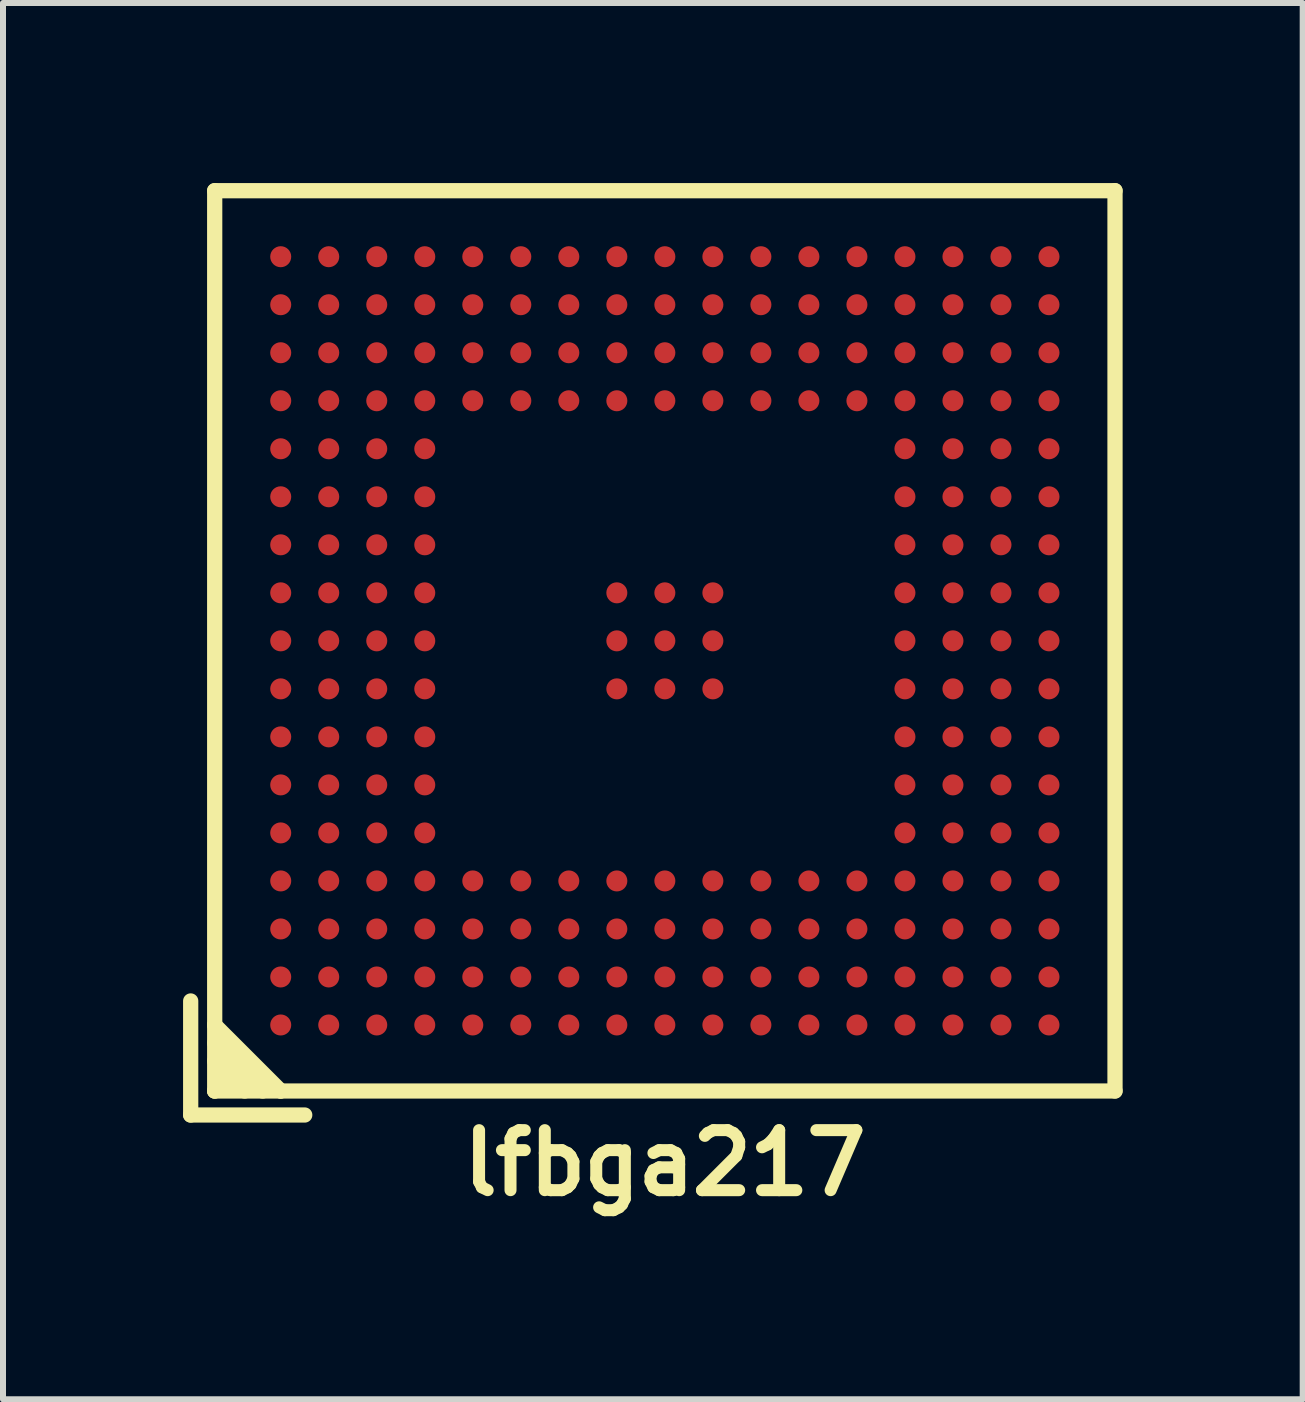
<source format=kicad_pcb>
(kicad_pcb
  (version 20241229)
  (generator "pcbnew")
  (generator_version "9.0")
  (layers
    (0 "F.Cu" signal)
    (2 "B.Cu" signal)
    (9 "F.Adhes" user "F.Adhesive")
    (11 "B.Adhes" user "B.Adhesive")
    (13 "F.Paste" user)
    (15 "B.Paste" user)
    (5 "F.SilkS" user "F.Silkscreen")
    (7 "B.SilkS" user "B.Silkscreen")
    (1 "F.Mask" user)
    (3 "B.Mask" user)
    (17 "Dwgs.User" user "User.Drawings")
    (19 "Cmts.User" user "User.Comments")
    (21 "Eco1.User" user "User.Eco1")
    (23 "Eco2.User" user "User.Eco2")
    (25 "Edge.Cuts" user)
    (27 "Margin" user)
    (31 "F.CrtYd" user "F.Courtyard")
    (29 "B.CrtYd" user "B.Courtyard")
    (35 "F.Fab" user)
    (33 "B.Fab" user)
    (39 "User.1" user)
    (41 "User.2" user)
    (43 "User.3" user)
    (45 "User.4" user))
  (footprint "lfbga217"
    (layer "F.Cu")
    (at 8.027 7.627)
    (property "Reference" "lfbga217" (at 0 8.7 0) (layer "F.SilkS") (effects (font (size 1 1) (thickness 0.2))))
    (attr through_hole)
    (fp_line (start -7.9 6) (end -7.9 7.9) (stroke (width 0.254) (type solid)) (layer "F.SilkS"))
    (fp_line (start -7.9 7.9) (end -6 7.9) (stroke (width 0.254) (type solid)) (layer "F.SilkS"))
    (fp_line (start -7.5 -7.5) (end 7.5 -7.5) (stroke (width 0.254) (type solid)) (layer "F.SilkS"))
    (fp_line (start -7.5 6.4) (end -7.5 -7.5) (stroke (width 0.254) (type solid)) (layer "F.SilkS"))
    (fp_line (start -7.5 6.4) (end -7.5 7.5) (stroke (width 0.254) (type solid)) (layer "F.SilkS"))
    (fp_line (start -7.5 6.7) (end -6.7 7.5) (stroke (width 0.254) (type solid)) (layer "F.SilkS"))
    (fp_line (start -7.5 7) (end -7 7.5) (stroke (width 0.254) (type solid)) (layer "F.SilkS"))
    (fp_line (start -7.5 7.5) (end -7 7) (stroke (width 0.254) (type solid)) (layer "F.SilkS"))
    (fp_line (start -7.5 7.5) (end -6.4 7.5) (stroke (width 0.254) (type solid)) (layer "F.SilkS"))
    (fp_line (start -6.4 7.5) (end -7.5 6.4) (stroke (width 0.254) (type solid)) (layer "F.SilkS"))
    (fp_line (start 7.5 -7.5) (end 7.5 7.5) (stroke (width 0.254) (type solid)) (layer "F.SilkS"))
    (fp_line (start 7.5 7.5) (end -6.4 7.5) (stroke (width 0.254) (type solid)) (layer "F.SilkS"))
    (pad "A1" smd circle (at -6.4 6.4) (size 0.35 0.35) (layers "F.Cu" "F.Mask" "F.Paste"))
    (pad "A2" smd circle (at -5.6 6.4) (size 0.35 0.35) (layers "F.Cu" "F.Mask" "F.Paste"))
    (pad "A3" smd circle (at -4.8 6.4) (size 0.35 0.35) (layers "F.Cu" "F.Mask" "F.Paste"))
    (pad "A4" smd circle (at -4 6.4) (size 0.35 0.35) (layers "F.Cu" "F.Mask" "F.Paste"))
    (pad "A5" smd circle (at -3.2 6.4) (size 0.35 0.35) (layers "F.Cu" "F.Mask" "F.Paste"))
    (pad "A6" smd circle (at -2.4 6.4) (size 0.35 0.35) (layers "F.Cu" "F.Mask" "F.Paste"))
    (pad "A7" smd circle (at -1.6 6.4) (size 0.35 0.35) (layers "F.Cu" "F.Mask" "F.Paste"))
    (pad "A8" smd circle (at -0.8 6.4) (size 0.35 0.35) (layers "F.Cu" "F.Mask" "F.Paste"))
    (pad "A9" smd circle (at 0 6.4) (size 0.35 0.35) (layers "F.Cu" "F.Mask" "F.Paste"))
    (pad "A10" smd circle (at 0.8 6.4) (size 0.35 0.35) (layers "F.Cu" "F.Mask" "F.Paste"))
    (pad "A11" smd circle (at 1.6 6.4) (size 0.35 0.35) (layers "F.Cu" "F.Mask" "F.Paste"))
    (pad "A12" smd circle (at 2.4 6.4) (size 0.35 0.35) (layers "F.Cu" "F.Mask" "F.Paste"))
    (pad "A13" smd circle (at 3.2 6.4) (size 0.35 0.35) (layers "F.Cu" "F.Mask" "F.Paste"))
    (pad "A14" smd circle (at 4 6.4) (size 0.35 0.35) (layers "F.Cu" "F.Mask" "F.Paste"))
    (pad "A15" smd circle (at 4.8 6.4) (size 0.35 0.35) (layers "F.Cu" "F.Mask" "F.Paste"))
    (pad "A16" smd circle (at 5.6 6.4) (size 0.35 0.35) (layers "F.Cu" "F.Mask" "F.Paste"))
    (pad "A17" smd circle (at 6.4 6.4) (size 0.35 0.35) (layers "F.Cu" "F.Mask" "F.Paste"))
    (pad "B1" smd circle (at -6.4 5.6) (size 0.35 0.35) (layers "F.Cu" "F.Mask" "F.Paste"))
    (pad "B2" smd circle (at -5.6 5.6) (size 0.35 0.35) (layers "F.Cu" "F.Mask" "F.Paste"))
    (pad "B3" smd circle (at -4.8 5.6) (size 0.35 0.35) (layers "F.Cu" "F.Mask" "F.Paste"))
    (pad "B4" smd circle (at -4 5.6) (size 0.35 0.35) (layers "F.Cu" "F.Mask" "F.Paste"))
    (pad "B5" smd circle (at -3.2 5.6) (size 0.35 0.35) (layers "F.Cu" "F.Mask" "F.Paste"))
    (pad "B6" smd circle (at -2.4 5.6) (size 0.35 0.35) (layers "F.Cu" "F.Mask" "F.Paste"))
    (pad "B7" smd circle (at -1.6 5.6) (size 0.35 0.35) (layers "F.Cu" "F.Mask" "F.Paste"))
    (pad "B8" smd circle (at -0.8 5.6) (size 0.35 0.35) (layers "F.Cu" "F.Mask" "F.Paste"))
    (pad "B9" smd circle (at 0 5.6) (size 0.35 0.35) (layers "F.Cu" "F.Mask" "F.Paste"))
    (pad "B10" smd circle (at 0.8 5.6) (size 0.35 0.35) (layers "F.Cu" "F.Mask" "F.Paste"))
    (pad "B11" smd circle (at 1.6 5.6) (size 0.35 0.35) (layers "F.Cu" "F.Mask" "F.Paste"))
    (pad "B12" smd circle (at 2.4 5.6) (size 0.35 0.35) (layers "F.Cu" "F.Mask" "F.Paste"))
    (pad "B13" smd circle (at 3.2 5.6) (size 0.35 0.35) (layers "F.Cu" "F.Mask" "F.Paste"))
    (pad "B14" smd circle (at 4 5.6) (size 0.35 0.35) (layers "F.Cu" "F.Mask" "F.Paste"))
    (pad "B15" smd circle (at 4.8 5.6) (size 0.35 0.35) (layers "F.Cu" "F.Mask" "F.Paste"))
    (pad "B16" smd circle (at 5.6 5.6) (size 0.35 0.35) (layers "F.Cu" "F.Mask" "F.Paste"))
    (pad "B17" smd circle (at 6.4 5.6) (size 0.35 0.35) (layers "F.Cu" "F.Mask" "F.Paste"))
    (pad "C1" smd circle (at -6.4 4.8) (size 0.35 0.35) (layers "F.Cu" "F.Mask" "F.Paste"))
    (pad "C2" smd circle (at -5.6 4.8) (size 0.35 0.35) (layers "F.Cu" "F.Mask" "F.Paste"))
    (pad "C3" smd circle (at -4.8 4.8) (size 0.35 0.35) (layers "F.Cu" "F.Mask" "F.Paste"))
    (pad "C4" smd circle (at -4 4.8) (size 0.35 0.35) (layers "F.Cu" "F.Mask" "F.Paste"))
    (pad "C5" smd circle (at -3.2 4.8) (size 0.35 0.35) (layers "F.Cu" "F.Mask" "F.Paste"))
    (pad "C6" smd circle (at -2.4 4.8) (size 0.35 0.35) (layers "F.Cu" "F.Mask" "F.Paste"))
    (pad "C7" smd circle (at -1.6 4.8) (size 0.35 0.35) (layers "F.Cu" "F.Mask" "F.Paste"))
    (pad "C8" smd circle (at -0.8 4.8) (size 0.35 0.35) (layers "F.Cu" "F.Mask" "F.Paste"))
    (pad "C9" smd circle (at 0 4.8) (size 0.35 0.35) (layers "F.Cu" "F.Mask" "F.Paste"))
    (pad "C10" smd circle (at 0.8 4.8) (size 0.35 0.35) (layers "F.Cu" "F.Mask" "F.Paste"))
    (pad "C11" smd circle (at 1.6 4.8) (size 0.35 0.35) (layers "F.Cu" "F.Mask" "F.Paste"))
    (pad "C12" smd circle (at 2.4 4.8) (size 0.35 0.35) (layers "F.Cu" "F.Mask" "F.Paste"))
    (pad "C13" smd circle (at 3.2 4.8) (size 0.35 0.35) (layers "F.Cu" "F.Mask" "F.Paste"))
    (pad "C14" smd circle (at 4 4.8) (size 0.35 0.35) (layers "F.Cu" "F.Mask" "F.Paste"))
    (pad "C15" smd circle (at 4.8 4.8) (size 0.35 0.35) (layers "F.Cu" "F.Mask" "F.Paste"))
    (pad "C16" smd circle (at 5.6 4.8) (size 0.35 0.35) (layers "F.Cu" "F.Mask" "F.Paste"))
    (pad "C17" smd circle (at 6.4 4.8) (size 0.35 0.35) (layers "F.Cu" "F.Mask" "F.Paste"))
    (pad "D1" smd circle (at -6.4 4) (size 0.35 0.35) (layers "F.Cu" "F.Mask" "F.Paste"))
    (pad "D2" smd circle (at -5.6 4) (size 0.35 0.35) (layers "F.Cu" "F.Mask" "F.Paste"))
    (pad "D3" smd circle (at -4.8 4) (size 0.35 0.35) (layers "F.Cu" "F.Mask" "F.Paste"))
    (pad "D4" smd circle (at -4 4) (size 0.35 0.35) (layers "F.Cu" "F.Mask" "F.Paste"))
    (pad "D5" smd circle (at -3.2 4) (size 0.35 0.35) (layers "F.Cu" "F.Mask" "F.Paste"))
    (pad "D6" smd circle (at -2.4 4) (size 0.35 0.35) (layers "F.Cu" "F.Mask" "F.Paste"))
    (pad "D7" smd circle (at -1.6 4) (size 0.35 0.35) (layers "F.Cu" "F.Mask" "F.Paste"))
    (pad "D8" smd circle (at -0.8 4) (size 0.35 0.35) (layers "F.Cu" "F.Mask" "F.Paste"))
    (pad "D9" smd circle (at 0 4) (size 0.35 0.35) (layers "F.Cu" "F.Mask" "F.Paste"))
    (pad "D10" smd circle (at 0.8 4) (size 0.35 0.35) (layers "F.Cu" "F.Mask" "F.Paste"))
    (pad "D11" smd circle (at 1.6 4) (size 0.35 0.35) (layers "F.Cu" "F.Mask" "F.Paste"))
    (pad "D12" smd circle (at 2.4 4) (size 0.35 0.35) (layers "F.Cu" "F.Mask" "F.Paste"))
    (pad "D13" smd circle (at 3.2 4) (size 0.35 0.35) (layers "F.Cu" "F.Mask" "F.Paste"))
    (pad "D14" smd circle (at 4 4) (size 0.35 0.35) (layers "F.Cu" "F.Mask" "F.Paste"))
    (pad "D15" smd circle (at 4.8 4) (size 0.35 0.35) (layers "F.Cu" "F.Mask" "F.Paste"))
    (pad "D16" smd circle (at 5.6 4) (size 0.35 0.35) (layers "F.Cu" "F.Mask" "F.Paste"))
    (pad "D17" smd circle (at 6.4 4) (size 0.35 0.35) (layers "F.Cu" "F.Mask" "F.Paste"))
    (pad "E1" smd circle (at -6.4 3.2) (size 0.35 0.35) (layers "F.Cu" "F.Mask" "F.Paste"))
    (pad "E2" smd circle (at -5.6 3.2) (size 0.35 0.35) (layers "F.Cu" "F.Mask" "F.Paste"))
    (pad "E3" smd circle (at -4.8 3.2) (size 0.35 0.35) (layers "F.Cu" "F.Mask" "F.Paste"))
    (pad "E4" smd circle (at -4 3.2) (size 0.35 0.35) (layers "F.Cu" "F.Mask" "F.Paste"))
    (pad "E14" smd circle (at 4 3.2) (size 0.35 0.35) (layers "F.Cu" "F.Mask" "F.Paste"))
    (pad "E15" smd circle (at 4.8 3.2) (size 0.35 0.35) (layers "F.Cu" "F.Mask" "F.Paste"))
    (pad "E16" smd circle (at 5.6 3.2) (size 0.35 0.35) (layers "F.Cu" "F.Mask" "F.Paste"))
    (pad "E17" smd circle (at 6.4 3.2) (size 0.35 0.35) (layers "F.Cu" "F.Mask" "F.Paste"))
    (pad "F1" smd circle (at -6.4 2.4) (size 0.35 0.35) (layers "F.Cu" "F.Mask" "F.Paste"))
    (pad "F2" smd circle (at -5.6 2.4) (size 0.35 0.35) (layers "F.Cu" "F.Mask" "F.Paste"))
    (pad "F3" smd circle (at -4.8 2.4) (size 0.35 0.35) (layers "F.Cu" "F.Mask" "F.Paste"))
    (pad "F4" smd circle (at -4 2.4) (size 0.35 0.35) (layers "F.Cu" "F.Mask" "F.Paste"))
    (pad "F14" smd circle (at 4 2.4) (size 0.35 0.35) (layers "F.Cu" "F.Mask" "F.Paste"))
    (pad "F15" smd circle (at 4.8 2.4) (size 0.35 0.35) (layers "F.Cu" "F.Mask" "F.Paste"))
    (pad "F16" smd circle (at 5.6 2.4) (size 0.35 0.35) (layers "F.Cu" "F.Mask" "F.Paste"))
    (pad "F17" smd circle (at 6.4 2.4) (size 0.35 0.35) (layers "F.Cu" "F.Mask" "F.Paste"))
    (pad "G1" smd circle (at -6.4 1.6) (size 0.35 0.35) (layers "F.Cu" "F.Mask" "F.Paste"))
    (pad "G2" smd circle (at -5.6 1.6) (size 0.35 0.35) (layers "F.Cu" "F.Mask" "F.Paste"))
    (pad "G3" smd circle (at -4.8 1.6) (size 0.35 0.35) (layers "F.Cu" "F.Mask" "F.Paste"))
    (pad "G4" smd circle (at -4 1.6) (size 0.35 0.35) (layers "F.Cu" "F.Mask" "F.Paste"))
    (pad "G14" smd circle (at 4 1.6) (size 0.35 0.35) (layers "F.Cu" "F.Mask" "F.Paste"))
    (pad "G15" smd circle (at 4.8 1.6) (size 0.35 0.35) (layers "F.Cu" "F.Mask" "F.Paste"))
    (pad "G16" smd circle (at 5.6 1.6) (size 0.35 0.35) (layers "F.Cu" "F.Mask" "F.Paste"))
    (pad "G17" smd circle (at 6.4 1.6) (size 0.35 0.35) (layers "F.Cu" "F.Mask" "F.Paste"))
    (pad "H1" smd circle (at -6.4 0.8) (size 0.35 0.35) (layers "F.Cu" "F.Mask" "F.Paste"))
    (pad "H2" smd circle (at -5.6 0.8) (size 0.35 0.35) (layers "F.Cu" "F.Mask" "F.Paste"))
    (pad "H3" smd circle (at -4.8 0.8) (size 0.35 0.35) (layers "F.Cu" "F.Mask" "F.Paste"))
    (pad "H4" smd circle (at -4 0.8) (size 0.35 0.35) (layers "F.Cu" "F.Mask" "F.Paste"))
    (pad "H8" smd circle (at -0.8 0.8) (size 0.35 0.35) (layers "F.Cu" "F.Mask" "F.Paste"))
    (pad "H9" smd circle (at 0 0.8) (size 0.35 0.35) (layers "F.Cu" "F.Mask" "F.Paste"))
    (pad "H10" smd circle (at 0.8 0.8) (size 0.35 0.35) (layers "F.Cu" "F.Mask" "F.Paste"))
    (pad "H14" smd circle (at 4 0.8) (size 0.35 0.35) (layers "F.Cu" "F.Mask" "F.Paste"))
    (pad "H15" smd circle (at 4.8 0.8) (size 0.35 0.35) (layers "F.Cu" "F.Mask" "F.Paste"))
    (pad "H16" smd circle (at 5.6 0.8) (size 0.35 0.35) (layers "F.Cu" "F.Mask" "F.Paste"))
    (pad "H17" smd circle (at 6.4 0.8) (size 0.35 0.35) (layers "F.Cu" "F.Mask" "F.Paste"))
    (pad "J1" smd circle (at -6.4 0) (size 0.35 0.35) (layers "F.Cu" "F.Mask" "F.Paste"))
    (pad "J2" smd circle (at -5.6 0) (size 0.35 0.35) (layers "F.Cu" "F.Mask" "F.Paste"))
    (pad "J3" smd circle (at -4.8 0) (size 0.35 0.35) (layers "F.Cu" "F.Mask" "F.Paste"))
    (pad "J4" smd circle (at -4 0) (size 0.35 0.35) (layers "F.Cu" "F.Mask" "F.Paste"))
    (pad "J8" smd circle (at -0.8 0) (size 0.35 0.35) (layers "F.Cu" "F.Mask" "F.Paste"))
    (pad "J9" smd circle (at 0 0) (size 0.35 0.35) (layers "F.Cu" "F.Mask" "F.Paste"))
    (pad "J10" smd circle (at 0.8 0) (size 0.35 0.35) (layers "F.Cu" "F.Mask" "F.Paste"))
    (pad "J14" smd circle (at 4 0) (size 0.35 0.35) (layers "F.Cu" "F.Mask" "F.Paste"))
    (pad "J15" smd circle (at 4.8 0) (size 0.35 0.35) (layers "F.Cu" "F.Mask" "F.Paste"))
    (pad "J16" smd circle (at 5.6 0) (size 0.35 0.35) (layers "F.Cu" "F.Mask" "F.Paste"))
    (pad "J17" smd circle (at 6.4 0) (size 0.35 0.35) (layers "F.Cu" "F.Mask" "F.Paste"))
    (pad "K1" smd circle (at -6.4 -0.8) (size 0.35 0.35) (layers "F.Cu" "F.Mask" "F.Paste"))
    (pad "K2" smd circle (at -5.6 -0.8) (size 0.35 0.35) (layers "F.Cu" "F.Mask" "F.Paste"))
    (pad "K3" smd circle (at -4.8 -0.8) (size 0.35 0.35) (layers "F.Cu" "F.Mask" "F.Paste"))
    (pad "K4" smd circle (at -4 -0.8) (size 0.35 0.35) (layers "F.Cu" "F.Mask" "F.Paste"))
    (pad "K8" smd circle (at -0.8 -0.8) (size 0.35 0.35) (layers "F.Cu" "F.Mask" "F.Paste"))
    (pad "K9" smd circle (at 0 -0.8) (size 0.35 0.35) (layers "F.Cu" "F.Mask" "F.Paste"))
    (pad "K10" smd circle (at 0.8 -0.8) (size 0.35 0.35) (layers "F.Cu" "F.Mask" "F.Paste"))
    (pad "K14" smd circle (at 4 -0.8) (size 0.35 0.35) (layers "F.Cu" "F.Mask" "F.Paste"))
    (pad "K15" smd circle (at 4.8 -0.8) (size 0.35 0.35) (layers "F.Cu" "F.Mask" "F.Paste"))
    (pad "K16" smd circle (at 5.6 -0.8) (size 0.35 0.35) (layers "F.Cu" "F.Mask" "F.Paste"))
    (pad "K17" smd circle (at 6.4 -0.8) (size 0.35 0.35) (layers "F.Cu" "F.Mask" "F.Paste"))
    (pad "L1" smd circle (at -6.4 -1.6) (size 0.35 0.35) (layers "F.Cu" "F.Mask" "F.Paste"))
    (pad "L2" smd circle (at -5.6 -1.6) (size 0.35 0.35) (layers "F.Cu" "F.Mask" "F.Paste"))
    (pad "L3" smd circle (at -4.8 -1.6) (size 0.35 0.35) (layers "F.Cu" "F.Mask" "F.Paste"))
    (pad "L4" smd circle (at -4 -1.6) (size 0.35 0.35) (layers "F.Cu" "F.Mask" "F.Paste"))
    (pad "L14" smd circle (at 4 -1.6) (size 0.35 0.35) (layers "F.Cu" "F.Mask" "F.Paste"))
    (pad "L15" smd circle (at 4.8 -1.6) (size 0.35 0.35) (layers "F.Cu" "F.Mask" "F.Paste"))
    (pad "L16" smd circle (at 5.6 -1.6) (size 0.35 0.35) (layers "F.Cu" "F.Mask" "F.Paste"))
    (pad "L17" smd circle (at 6.4 -1.6) (size 0.35 0.35) (layers "F.Cu" "F.Mask" "F.Paste"))
    (pad "M1" smd circle (at -6.4 -2.4) (size 0.35 0.35) (layers "F.Cu" "F.Mask" "F.Paste"))
    (pad "M2" smd circle (at -5.6 -2.4) (size 0.35 0.35) (layers "F.Cu" "F.Mask" "F.Paste"))
    (pad "M3" smd circle (at -4.8 -2.4) (size 0.35 0.35) (layers "F.Cu" "F.Mask" "F.Paste"))
    (pad "M4" smd circle (at -4 -2.4) (size 0.35 0.35) (layers "F.Cu" "F.Mask" "F.Paste"))
    (pad "M14" smd circle (at 4 -2.4) (size 0.35 0.35) (layers "F.Cu" "F.Mask" "F.Paste"))
    (pad "M15" smd circle (at 4.8 -2.4) (size 0.35 0.35) (layers "F.Cu" "F.Mask" "F.Paste"))
    (pad "M16" smd circle (at 5.6 -2.4) (size 0.35 0.35) (layers "F.Cu" "F.Mask" "F.Paste"))
    (pad "M17" smd circle (at 6.4 -2.4) (size 0.35 0.35) (layers "F.Cu" "F.Mask" "F.Paste"))
    (pad "N1" smd circle (at -6.4 -3.2) (size 0.35 0.35) (layers "F.Cu" "F.Mask" "F.Paste"))
    (pad "N2" smd circle (at -5.6 -3.2) (size 0.35 0.35) (layers "F.Cu" "F.Mask" "F.Paste"))
    (pad "N3" smd circle (at -4.8 -3.2) (size 0.35 0.35) (layers "F.Cu" "F.Mask" "F.Paste"))
    (pad "N4" smd circle (at -4 -3.2) (size 0.35 0.35) (layers "F.Cu" "F.Mask" "F.Paste"))
    (pad "N14" smd circle (at 4 -3.2) (size 0.35 0.35) (layers "F.Cu" "F.Mask" "F.Paste"))
    (pad "N15" smd circle (at 4.8 -3.2) (size 0.35 0.35) (layers "F.Cu" "F.Mask" "F.Paste"))
    (pad "N16" smd circle (at 5.6 -3.2) (size 0.35 0.35) (layers "F.Cu" "F.Mask" "F.Paste"))
    (pad "N17" smd circle (at 6.4 -3.2) (size 0.35 0.35) (layers "F.Cu" "F.Mask" "F.Paste"))
    (pad "P1" smd circle (at -6.4 -4) (size 0.35 0.35) (layers "F.Cu" "F.Mask" "F.Paste"))
    (pad "P2" smd circle (at -5.6 -4) (size 0.35 0.35) (layers "F.Cu" "F.Mask" "F.Paste"))
    (pad "P3" smd circle (at -4.8 -4) (size 0.35 0.35) (layers "F.Cu" "F.Mask" "F.Paste"))
    (pad "P4" smd circle (at -4 -4) (size 0.35 0.35) (layers "F.Cu" "F.Mask" "F.Paste"))
    (pad "P5" smd circle (at -3.2 -4) (size 0.35 0.35) (layers "F.Cu" "F.Mask" "F.Paste"))
    (pad "P6" smd circle (at -2.4 -4) (size 0.35 0.35) (layers "F.Cu" "F.Mask" "F.Paste"))
    (pad "P7" smd circle (at -1.6 -4) (size 0.35 0.35) (layers "F.Cu" "F.Mask" "F.Paste"))
    (pad "P8" smd circle (at -0.8 -4) (size 0.35 0.35) (layers "F.Cu" "F.Mask" "F.Paste"))
    (pad "P9" smd circle (at 0 -4) (size 0.35 0.35) (layers "F.Cu" "F.Mask" "F.Paste"))
    (pad "P10" smd circle (at 0.8 -4) (size 0.35 0.35) (layers "F.Cu" "F.Mask" "F.Paste"))
    (pad "P11" smd circle (at 1.6 -4) (size 0.35 0.35) (layers "F.Cu" "F.Mask" "F.Paste"))
    (pad "P12" smd circle (at 2.4 -4) (size 0.35 0.35) (layers "F.Cu" "F.Mask" "F.Paste"))
    (pad "P13" smd circle (at 3.2 -4) (size 0.35 0.35) (layers "F.Cu" "F.Mask" "F.Paste"))
    (pad "P14" smd circle (at 4 -4) (size 0.35 0.35) (layers "F.Cu" "F.Mask" "F.Paste"))
    (pad "P15" smd circle (at 4.8 -4) (size 0.35 0.35) (layers "F.Cu" "F.Mask" "F.Paste"))
    (pad "P16" smd circle (at 5.6 -4) (size 0.35 0.35) (layers "F.Cu" "F.Mask" "F.Paste"))
    (pad "P17" smd circle (at 6.4 -4) (size 0.35 0.35) (layers "F.Cu" "F.Mask" "F.Paste"))
    (pad "R1" smd circle (at -6.4 -4.8) (size 0.35 0.35) (layers "F.Cu" "F.Mask" "F.Paste"))
    (pad "R2" smd circle (at -5.6 -4.8) (size 0.35 0.35) (layers "F.Cu" "F.Mask" "F.Paste"))
    (pad "R3" smd circle (at -4.8 -4.8) (size 0.35 0.35) (layers "F.Cu" "F.Mask" "F.Paste"))
    (pad "R4" smd circle (at -4 -4.8) (size 0.35 0.35) (layers "F.Cu" "F.Mask" "F.Paste"))
    (pad "R5" smd circle (at -3.2 -4.8) (size 0.35 0.35) (layers "F.Cu" "F.Mask" "F.Paste"))
    (pad "R6" smd circle (at -2.4 -4.8) (size 0.35 0.35) (layers "F.Cu" "F.Mask" "F.Paste"))
    (pad "R7" smd circle (at -1.6 -4.8) (size 0.35 0.35) (layers "F.Cu" "F.Mask" "F.Paste"))
    (pad "R8" smd circle (at -0.8 -4.8) (size 0.35 0.35) (layers "F.Cu" "F.Mask" "F.Paste"))
    (pad "R9" smd circle (at 0 -4.8) (size 0.35 0.35) (layers "F.Cu" "F.Mask" "F.Paste"))
    (pad "R10" smd circle (at 0.8 -4.8) (size 0.35 0.35) (layers "F.Cu" "F.Mask" "F.Paste"))
    (pad "R11" smd circle (at 1.6 -4.8) (size 0.35 0.35) (layers "F.Cu" "F.Mask" "F.Paste"))
    (pad "R12" smd circle (at 2.4 -4.8) (size 0.35 0.35) (layers "F.Cu" "F.Mask" "F.Paste"))
    (pad "R13" smd circle (at 3.2 -4.8) (size 0.35 0.35) (layers "F.Cu" "F.Mask" "F.Paste"))
    (pad "R14" smd circle (at 4 -4.8) (size 0.35 0.35) (layers "F.Cu" "F.Mask" "F.Paste"))
    (pad "R15" smd circle (at 4.8 -4.8) (size 0.35 0.35) (layers "F.Cu" "F.Mask" "F.Paste"))
    (pad "R16" smd circle (at 5.6 -4.8) (size 0.35 0.35) (layers "F.Cu" "F.Mask" "F.Paste"))
    (pad "R17" smd circle (at 6.4 -4.8) (size 0.35 0.35) (layers "F.Cu" "F.Mask" "F.Paste"))
    (pad "T1" smd circle (at -6.4 -5.6) (size 0.35 0.35) (layers "F.Cu" "F.Mask" "F.Paste"))
    (pad "T2" smd circle (at -5.6 -5.6) (size 0.35 0.35) (layers "F.Cu" "F.Mask" "F.Paste"))
    (pad "T3" smd circle (at -4.8 -5.6) (size 0.35 0.35) (layers "F.Cu" "F.Mask" "F.Paste"))
    (pad "T4" smd circle (at -4 -5.6) (size 0.35 0.35) (layers "F.Cu" "F.Mask" "F.Paste"))
    (pad "T5" smd circle (at -3.2 -5.6) (size 0.35 0.35) (layers "F.Cu" "F.Mask" "F.Paste"))
    (pad "T6" smd circle (at -2.4 -5.6) (size 0.35 0.35) (layers "F.Cu" "F.Mask" "F.Paste"))
    (pad "T7" smd circle (at -1.6 -5.6) (size 0.35 0.35) (layers "F.Cu" "F.Mask" "F.Paste"))
    (pad "T8" smd circle (at -0.8 -5.6) (size 0.35 0.35) (layers "F.Cu" "F.Mask" "F.Paste"))
    (pad "T9" smd circle (at 0 -5.6) (size 0.35 0.35) (layers "F.Cu" "F.Mask" "F.Paste"))
    (pad "T10" smd circle (at 0.8 -5.6) (size 0.35 0.35) (layers "F.Cu" "F.Mask" "F.Paste"))
    (pad "T11" smd circle (at 1.6 -5.6) (size 0.35 0.35) (layers "F.Cu" "F.Mask" "F.Paste"))
    (pad "T12" smd circle (at 2.4 -5.6) (size 0.35 0.35) (layers "F.Cu" "F.Mask" "F.Paste"))
    (pad "T13" smd circle (at 3.2 -5.6) (size 0.35 0.35) (layers "F.Cu" "F.Mask" "F.Paste"))
    (pad "T14" smd circle (at 4 -5.6) (size 0.35 0.35) (layers "F.Cu" "F.Mask" "F.Paste"))
    (pad "T15" smd circle (at 4.8 -5.6) (size 0.35 0.35) (layers "F.Cu" "F.Mask" "F.Paste"))
    (pad "T16" smd circle (at 5.6 -5.6) (size 0.35 0.35) (layers "F.Cu" "F.Mask" "F.Paste"))
    (pad "T17" smd circle (at 6.4 -5.6) (size 0.35 0.35) (layers "F.Cu" "F.Mask" "F.Paste"))
    (pad "U1" smd circle (at -6.4 -6.4) (size 0.35 0.35) (layers "F.Cu" "F.Mask" "F.Paste"))
    (pad "U2" smd circle (at -5.6 -6.4) (size 0.35 0.35) (layers "F.Cu" "F.Mask" "F.Paste"))
    (pad "U3" smd circle (at -4.8 -6.4) (size 0.35 0.35) (layers "F.Cu" "F.Mask" "F.Paste"))
    (pad "U4" smd circle (at -4 -6.4) (size 0.35 0.35) (layers "F.Cu" "F.Mask" "F.Paste"))
    (pad "U5" smd circle (at -3.2 -6.4) (size 0.35 0.35) (layers "F.Cu" "F.Mask" "F.Paste"))
    (pad "U6" smd circle (at -2.4 -6.4) (size 0.35 0.35) (layers "F.Cu" "F.Mask" "F.Paste"))
    (pad "U7" smd circle (at -1.6 -6.4) (size 0.35 0.35) (layers "F.Cu" "F.Mask" "F.Paste"))
    (pad "U8" smd circle (at -0.8 -6.4) (size 0.35 0.35) (layers "F.Cu" "F.Mask" "F.Paste"))
    (pad "U9" smd circle (at 0 -6.4) (size 0.35 0.35) (layers "F.Cu" "F.Mask" "F.Paste"))
    (pad "U10" smd circle (at 0.8 -6.4) (size 0.35 0.35) (layers "F.Cu" "F.Mask" "F.Paste"))
    (pad "U11" smd circle (at 1.6 -6.4) (size 0.35 0.35) (layers "F.Cu" "F.Mask" "F.Paste"))
    (pad "U12" smd circle (at 2.4 -6.4) (size 0.35 0.35) (layers "F.Cu" "F.Mask" "F.Paste"))
    (pad "U13" smd circle (at 3.2 -6.4) (size 0.35 0.35) (layers "F.Cu" "F.Mask" "F.Paste"))
    (pad "U14" smd circle (at 4 -6.4) (size 0.35 0.35) (layers "F.Cu" "F.Mask" "F.Paste"))
    (pad "U15" smd circle (at 4.8 -6.4) (size 0.35 0.35) (layers "F.Cu" "F.Mask" "F.Paste"))
    (pad "U16" smd circle (at 5.6 -6.4) (size 0.35 0.35) (layers "F.Cu" "F.Mask" "F.Paste"))
    (pad "U17" smd circle (at 6.4 -6.4) (size 0.35 0.35) (layers "F.Cu" "F.Mask" "F.Paste")))
  (gr_rect
    (start -3 -3)
    (end 18.654 20.263)
    (stroke (width 0.1) (type default))
    (fill no)
    (layer "Edge.Cuts")))
</source>
